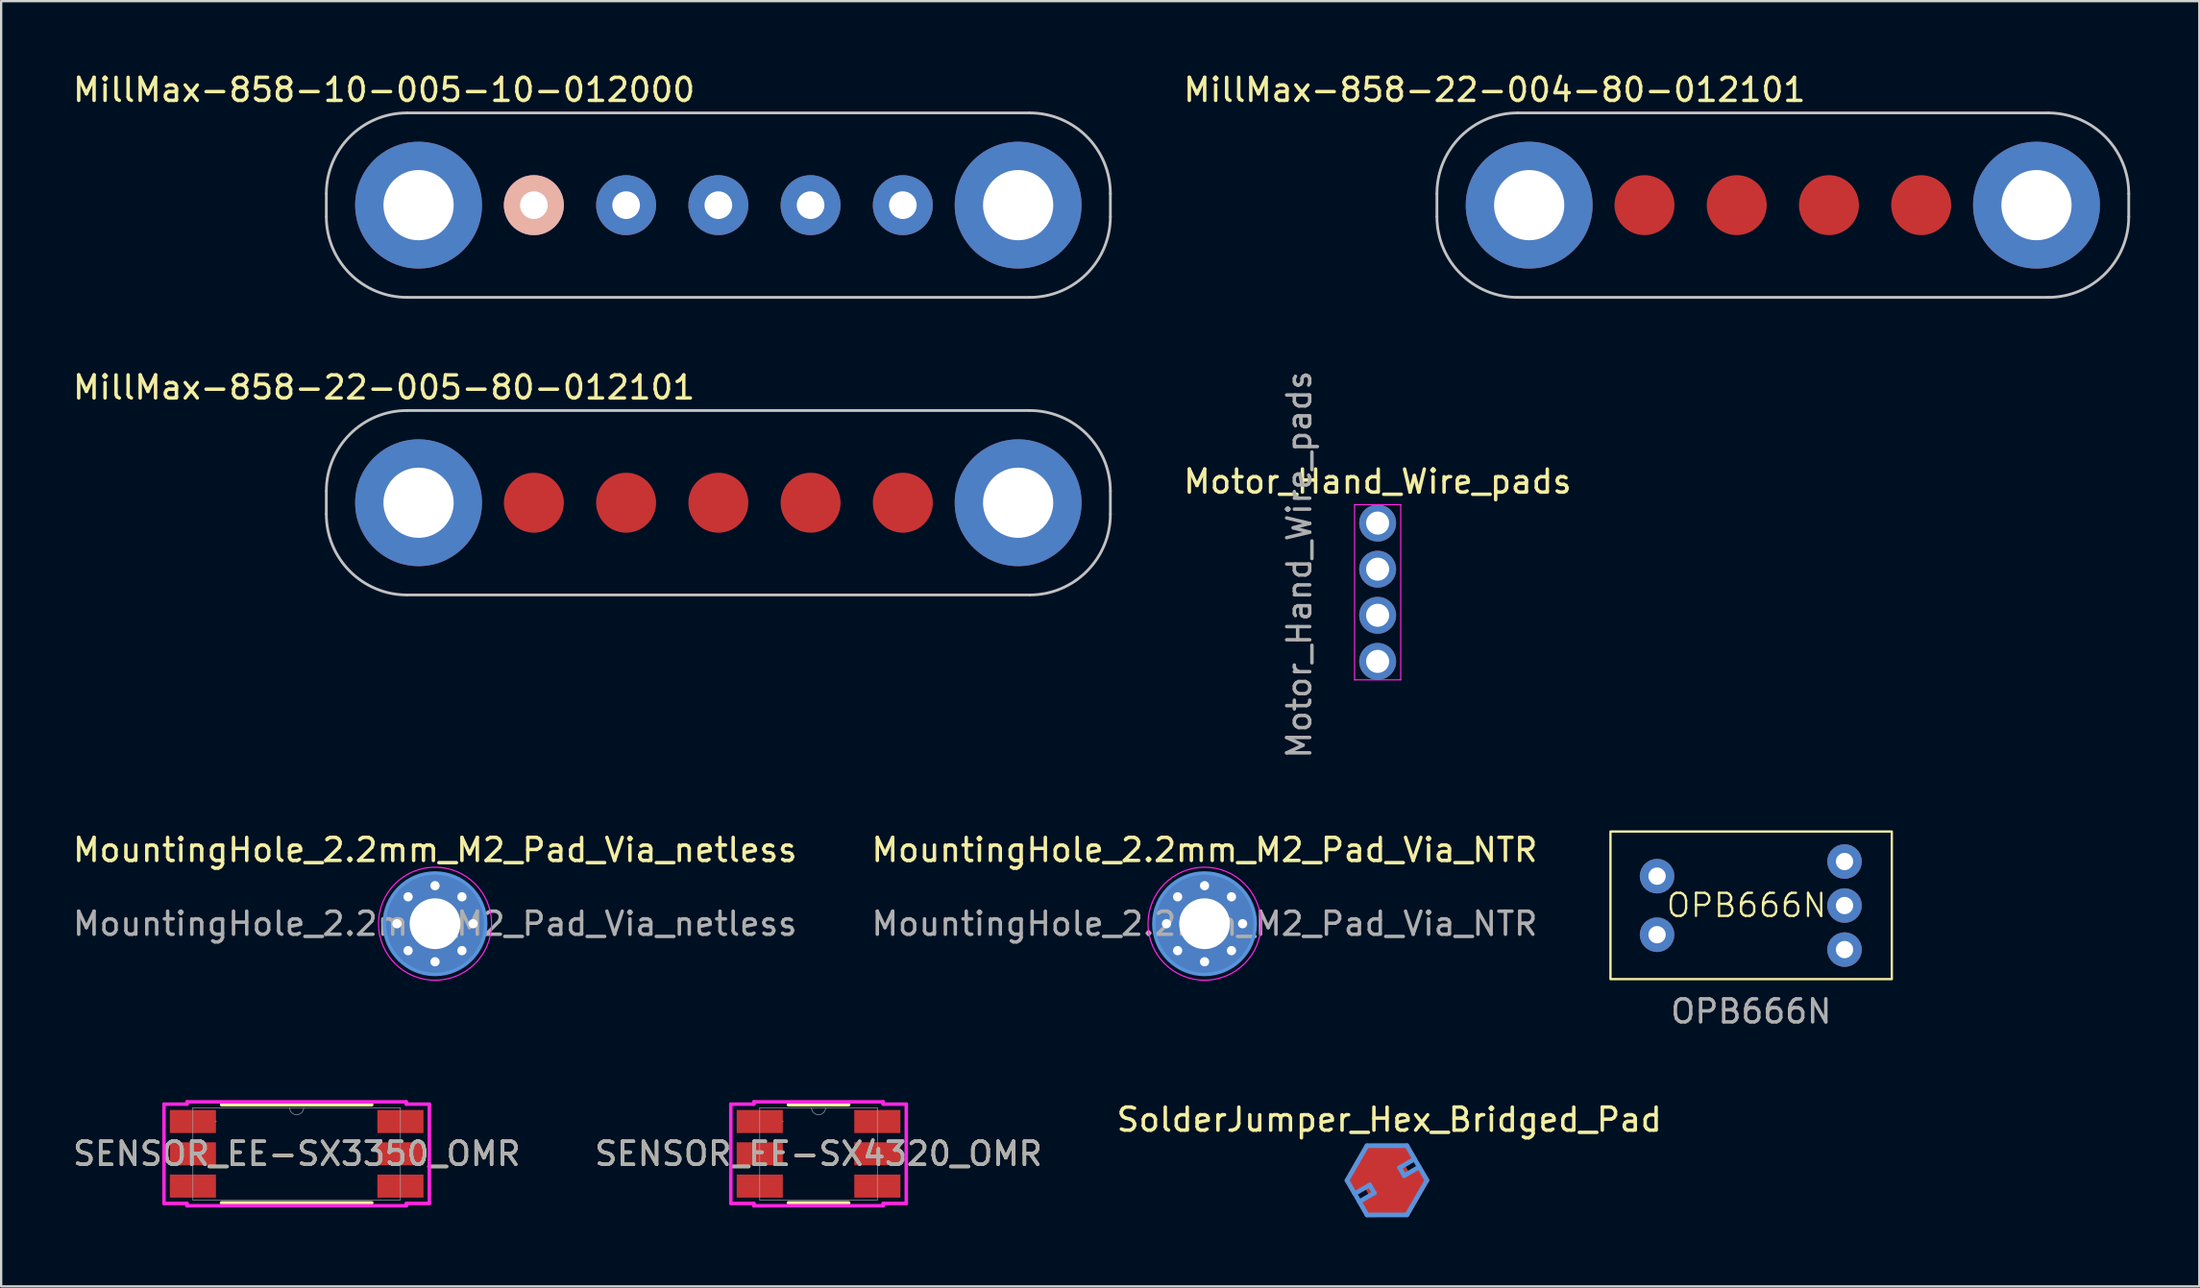
<source format=kicad_pcb>
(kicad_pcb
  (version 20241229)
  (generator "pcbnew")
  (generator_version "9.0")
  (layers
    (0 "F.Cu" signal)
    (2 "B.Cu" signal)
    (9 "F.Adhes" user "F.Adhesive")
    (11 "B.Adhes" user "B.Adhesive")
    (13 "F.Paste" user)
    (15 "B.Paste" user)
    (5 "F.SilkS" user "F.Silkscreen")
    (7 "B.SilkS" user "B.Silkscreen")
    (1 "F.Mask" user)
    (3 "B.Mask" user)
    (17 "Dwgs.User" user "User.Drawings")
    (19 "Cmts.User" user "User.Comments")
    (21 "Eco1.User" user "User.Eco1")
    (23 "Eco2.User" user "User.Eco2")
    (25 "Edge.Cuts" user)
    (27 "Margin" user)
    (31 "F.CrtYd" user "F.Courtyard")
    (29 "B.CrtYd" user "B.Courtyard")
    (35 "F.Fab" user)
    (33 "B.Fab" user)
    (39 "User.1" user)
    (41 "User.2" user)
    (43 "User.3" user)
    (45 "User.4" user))
  (footprint "Motor_Hand_Wire_pads"
    (layer "F.Cu")
    (at 56.691 19.638)
    (property "Reference" "Motor_Hand_Wire_pads" (at 0 -1.8 0) (layer "F.SilkS") (effects (font (size 1 1) (thickness 0.15))))
    (attr through_hole)
    (fp_line (start -1 -0.8) (end -1 6.8) (stroke (width 0.05) (type solid)) (layer "F.CrtYd"))
    (fp_line (start -1 6.8) (end 1 6.8) (stroke (width 0.05) (type solid)) (layer "F.CrtYd"))
    (fp_line (start 1 -0.8) (end -1 -0.8) (stroke (width 0.05) (type solid)) (layer "F.CrtYd"))
    (fp_line (start 1 6.8) (end 1 -0.8) (stroke (width 0.05) (type solid)) (layer "F.CrtYd"))
    (fp_text user "${REFERENCE}" (at -3.4 1.8 90) (layer "F.Fab") (effects (font (size 1 1) (thickness 0.15))))
    (pad "1" thru_hole circle (at 0 0) (size 1.6 1.6) (drill 1) (layers "*.Cu" "*.Mask"))
    (pad "2" thru_hole circle (at 0 2) (size 1.6 1.6) (drill 1) (layers "*.Cu" "*.Mask"))
    (pad "3" thru_hole circle (at 0 4) (size 1.6 1.6) (drill 1) (layers "*.Cu" "*.Mask"))
    (pad "4" thru_hole circle (at 0 6) (size 1.6 1.6) (drill 1) (layers "*.Cu" "*.Mask")))
  (footprint "SENSOR_EE-SX4320_OMR"
    (layer "F.Cu")
    (at 32.446 46.996)
    (property "Reference" "SENSOR_EE-SX4320_OMR" (at 0 0 0) (unlocked yes) (layer "F.SilkS") (effects (font (size 1 1) (thickness 0.15))))
    (attr smd)
    (fp_line (start -1.307 2.127) (end 1.307 2.127) (stroke (width 0.152) (type solid)) (layer "F.SilkS"))
    (fp_line (start 1.307 -2.127) (end -1.307 -2.127) (stroke (width 0.152) (type solid)) (layer "F.SilkS"))
    (fp_line (start -3.804 -2.154) (end -2.804 -2.154) (stroke (width 0.152) (type solid)) (layer "F.CrtYd"))
    (fp_line (start -3.804 2.154) (end -3.804 -2.154) (stroke (width 0.152) (type solid)) (layer "F.CrtYd"))
    (fp_line (start -3.804 2.154) (end -2.804 2.154) (stroke (width 0.152) (type solid)) (layer "F.CrtYd"))
    (fp_line (start -2.804 -2.254) (end 2.804 -2.254) (stroke (width 0.152) (type solid)) (layer "F.CrtYd"))
    (fp_line (start -2.804 -2.154) (end -2.804 -2.254) (stroke (width 0.152) (type solid)) (layer "F.CrtYd"))
    (fp_line (start -2.804 2.254) (end -2.804 2.154) (stroke (width 0.152) (type solid)) (layer "F.CrtYd"))
    (fp_line (start 2.804 -2.254) (end 2.804 -2.154) (stroke (width 0.152) (type solid)) (layer "F.CrtYd"))
    (fp_line (start 2.804 2.154) (end 2.804 2.254) (stroke (width 0.152) (type solid)) (layer "F.CrtYd"))
    (fp_line (start 2.804 2.254) (end -2.804 2.254) (stroke (width 0.152) (type solid)) (layer "F.CrtYd"))
    (fp_line (start 3.804 -2.154) (end 2.804 -2.154) (stroke (width 0.152) (type solid)) (layer "F.CrtYd"))
    (fp_line (start 3.804 -2.154) (end 3.804 2.154) (stroke (width 0.152) (type solid)) (layer "F.CrtYd"))
    (fp_line (start 3.804 2.154) (end 2.804 2.154) (stroke (width 0.152) (type solid)) (layer "F.CrtYd"))
    (fp_line (start -2.55 -2) (end -2.55 2) (stroke (width 0.025) (type solid)) (layer "F.Fab"))
    (fp_line (start -2.55 2) (end 2.55 2) (stroke (width 0.025) (type solid)) (layer "F.Fab"))
    (fp_line (start 2.55 -2) (end -2.55 -2) (stroke (width 0.025) (type solid)) (layer "F.Fab"))
    (fp_line (start 2.55 2) (end 2.55 -2) (stroke (width 0.025) (type solid)) (layer "F.Fab"))
    (fp_arc (start 0.3048 -2) (mid 0 -1.6952) (end -0.3048 -2) (stroke (width 0.0254) (type solid)) (layer "F.Fab"))
    (fp_circle (center -1.55 -1.4) (end -1.55 -1.4) (stroke (width 0.025) (type solid)) (fill no) (layer "F.Fab"))
    (fp_text user "${REFERENCE}" (at 0 0 0) (unlocked yes) (layer "F.Fab") (effects (font (size 1 1) (thickness 0.15))))
    (pad "1" smd rect (at -2.55 -1.4) (size 2 1) (layers "F.Cu" "F.Mask" "F.Paste"))
    (pad "2" smd rect (at -2.55 0) (size 2 1) (layers "F.Cu" "F.Mask" "F.Paste"))
    (pad "3" smd rect (at -2.55 1.4) (size 2 1) (layers "F.Cu" "F.Mask" "F.Paste"))
    (pad "4" smd rect (at 2.55 1.4) (size 2 1) (layers "F.Cu" "F.Mask" "F.Paste"))
    (pad "5" smd rect (at 2.55 0) (size 2 1) (layers "F.Cu" "F.Mask" "F.Paste"))
    (pad "6" smd rect (at 2.55 -1.4) (size 2 1) (layers "F.Cu" "F.Mask" "F.Paste")))
  (footprint "MillMax-858-10-005-10-012000"
    (layer "F.Cu")
    (at 28.101 5.848)
    (property "Reference" "MillMax-858-10-005-10-012000" (at -14.5 -5 0) (layer "F.SilkS") (effects (font (size 1 1) (thickness 0.15))))
    (attr through_hole)
    (fp_line (start -17 0.5) (end -17 -0.5) (stroke (width 0.12) (type solid)) (layer "Dwgs.User"))
    (fp_line (start 13.5 -4) (end -13.5 -4) (stroke (width 0.12) (type solid)) (layer "Dwgs.User"))
    (fp_line (start 13.5 4) (end -13.5 4) (stroke (width 0.12) (type solid)) (layer "Dwgs.User"))
    (fp_line (start 17 -0.5) (end 17 0.5) (stroke (width 0.12) (type solid)) (layer "Dwgs.User"))
    (fp_arc (start -17 -0.5) (mid -15.974874 -2.974874) (end -13.5 -4) (stroke (width 0.12) (type solid)) (layer "Dwgs.User"))
    (fp_arc (start -13.5 4) (mid -15.974874 2.974874) (end -17 0.5) (stroke (width 0.12) (type solid)) (layer "Dwgs.User"))
    (fp_arc (start 13.5 -4) (mid 15.974874 -2.974874) (end 17 -0.5) (stroke (width 0.12) (type solid)) (layer "Dwgs.User"))
    (fp_arc (start 17 0.5) (mid 15.974874 2.974874) (end 13.5 4) (stroke (width 0.12) (type solid)) (layer "Dwgs.User"))
    (pad "1" thru_hole circle (at -8 0) (size 2.6 2.6) (drill 1.2) (layers "*.Cu" "*.Mask" "B.SilkS"))
    (pad "2" thru_hole circle (at -4 0) (size 2.6 2.6) (drill 1.2) (layers "*.Cu" "*.Mask"))
    (pad "3" thru_hole circle (at 0 0) (size 2.6 2.6) (drill 1.2) (layers "*.Cu" "*.Mask"))
    (pad "4" thru_hole circle (at 4 0) (size 2.6 2.6) (drill 1.2) (layers "*.Cu" "*.Mask"))
    (pad "5" thru_hole circle (at 8 0) (size 2.6 2.6) (drill 1.2) (layers "*.Cu" "*.Mask"))
    (pad "M1" thru_hole circle (at -13 0) (size 5.5 5.5) (drill 3.045) (layers "*.Cu" "*.Mask"))
    (pad "M2" thru_hole circle (at 13 0) (size 5.5 5.5) (drill 3.045) (layers "*.Cu" "*.Mask")))
  (footprint "MillMax-858-22-004-80-012101"
    (layer "F.Cu")
    (at 74.262 5.848)
    (property "Reference" "MillMax-858-22-004-80-012101" (at -12.5 -5 0) (layer "F.SilkS") (effects (font (size 1 1) (thickness 0.15))))
    (attr through_hole)
    (fp_line (start -15 0.5) (end -15 -0.5) (stroke (width 0.12) (type solid)) (layer "Dwgs.User"))
    (fp_line (start 11.5 -4) (end -11.5 -4) (stroke (width 0.12) (type solid)) (layer "Dwgs.User"))
    (fp_line (start 11.5 4) (end -11.5 4) (stroke (width 0.12) (type solid)) (layer "Dwgs.User"))
    (fp_line (start 15 -0.5) (end 15 0.5) (stroke (width 0.12) (type solid)) (layer "Dwgs.User"))
    (fp_arc (start -15 -0.5) (mid -13.974874 -2.974874) (end -11.5 -4) (stroke (width 0.12) (type solid)) (layer "Dwgs.User"))
    (fp_arc (start -11.5 4) (mid -13.974874 2.974874) (end -15 0.5) (stroke (width 0.12) (type solid)) (layer "Dwgs.User"))
    (fp_arc (start 11.5 -4) (mid 13.974874 -2.974874) (end 15 -0.5) (stroke (width 0.12) (type solid)) (layer "Dwgs.User"))
    (fp_arc (start 15 0.5) (mid 13.974874 2.974874) (end 11.5 4) (stroke (width 0.12) (type solid)) (layer "Dwgs.User"))
    (pad "1" connect circle (at -6 0) (size 2.6 2.6) (layers "F.Cu" "F.Mask"))
    (pad "2" connect circle (at -2 0) (size 2.6 2.6) (layers "F.Cu" "F.Mask"))
    (pad "3" connect circle (at 2 0) (size 2.6 2.6) (layers "F.Cu" "F.Mask"))
    (pad "4" connect circle (at 6 0) (size 2.6 2.6) (layers "F.Cu" "F.Mask"))
    (pad "M1" thru_hole circle (at -11 0) (size 5.5 5.5) (drill 3.045) (layers "*.Cu" "*.Mask"))
    (pad "M2" thru_hole circle (at 11 0) (size 5.5 5.5) (drill 3.045) (layers "*.Cu" "*.Mask")))
  (footprint "OPB666N"
    (layer "F.Cu")
    (at 72.888 36.218)
    (property "Reference" "OPB666N" (at -0.2 0 0) (unlocked yes) (layer "F.SilkS") (effects (font (size 1 1) (thickness 0.1))))
    (attr smd)
    (fp_rect (start -6.1 -3.2) (end 6.1 3.2) (stroke (width 0.1) (type default)) (fill no) (layer "F.SilkS"))
    (fp_text user "${REFERENCE}" (at 0 4.6 0) (unlocked yes) (layer "F.Fab") (effects (font (size 1 1) (thickness 0.15))))
    (pad "1" thru_hole roundrect (at -4.08 1.275) (size 1.5 1.5) (drill 0.75) (layers "*.Cu" "*.Mask") (roundrect_rratio 0.5))
    (pad "2" thru_hole roundrect (at -4.08 -1.265) (size 1.5 1.5) (drill 0.75) (layers "*.Cu" "*.Mask") (roundrect_rratio 0.5))
    (pad "3" thru_hole roundrect (at 4.05 -1.9) (size 1.5 1.5) (drill 0.75) (layers "*.Cu" "*.Mask") (roundrect_rratio 0.5))
    (pad "4" thru_hole roundrect (at 4.05 0.01) (size 1.5 1.5) (drill 0.75) (layers "*.Cu" "*.Mask") (roundrect_rratio 0.5))
    (pad "5" thru_hole roundrect (at 4.05 1.92) (size 1.5 1.5) (drill 0.75) (layers "*.Cu" "*.Mask" "Eco2.User") (roundrect_rratio 0.5)))
  (footprint "MountingHole_2.2mm_M2_Pad_Via_netless"
    (layer "F.Cu")
    (at 15.815 37.016)
    (property "Reference" "MountingHole_2.2mm_M2_Pad_Via_netless" (at 0 -3.2 0) (layer "F.SilkS") (effects (font (size 1 1) (thickness 0.15))))
    (attr exclude_from_pos_files exclude_from_bom)
    (fp_circle (center 0 0) (end 2.2 0) (stroke (width 0.15) (type solid)) (fill no) (layer "Cmts.User"))
    (fp_circle (center 0 0) (end 2.45 0) (stroke (width 0.05) (type solid)) (fill no) (layer "F.CrtYd"))
    (fp_text user "${REFERENCE}" (at 0 0 0) (layer "F.Fab") (effects (font (size 1 1) (thickness 0.15))))
    (pad "" thru_hole circle (at -1.65 0) (size 0.7 0.7) (drill 0.4) (layers "*.Cu" "*.Mask"))
    (pad "" thru_hole circle (at -1.167 -1.167) (size 0.7 0.7) (drill 0.4) (layers "*.Cu" "*.Mask"))
    (pad "" thru_hole circle (at -1.167 1.167) (size 0.7 0.7) (drill 0.4) (layers "*.Cu" "*.Mask"))
    (pad "" thru_hole circle (at 0 -1.65) (size 0.7 0.7) (drill 0.4) (layers "*.Cu" "*.Mask"))
    (pad "" thru_hole circle (at 0 1.65) (size 0.7 0.7) (drill 0.4) (layers "*.Cu" "*.Mask"))
    (pad "" thru_hole circle (at 1.167 -1.167) (size 0.7 0.7) (drill 0.4) (layers "*.Cu" "*.Mask"))
    (pad "" thru_hole circle (at 1.167 1.167) (size 0.7 0.7) (drill 0.4) (layers "*.Cu" "*.Mask"))
    (pad "" thru_hole circle (at 1.65 0) (size 0.7 0.7) (drill 0.4) (layers "*.Cu" "*.Mask"))
    (pad "1" thru_hole circle (at 0 0) (size 4.4 4.4) (drill 2.2) (layers "*.Cu" "*.Mask")))
  (footprint "MillMax-858-22-005-80-012101"
    (layer "F.Cu")
    (at 28.101 18.756)
    (property "Reference" "MillMax-858-22-005-80-012101" (at -14.5 -5 0) (layer "F.SilkS") (effects (font (size 1 1) (thickness 0.15))))
    (attr through_hole)
    (fp_line (start -17 0.5) (end -17 -0.5) (stroke (width 0.12) (type solid)) (layer "Dwgs.User"))
    (fp_line (start 13.5 -4) (end -13.5 -4) (stroke (width 0.12) (type solid)) (layer "Dwgs.User"))
    (fp_line (start 13.5 4) (end -13.5 4) (stroke (width 0.12) (type solid)) (layer "Dwgs.User"))
    (fp_line (start 17 -0.5) (end 17 0.5) (stroke (width 0.12) (type solid)) (layer "Dwgs.User"))
    (fp_arc (start -17 -0.5) (mid -15.974874 -2.974874) (end -13.5 -4) (stroke (width 0.12) (type solid)) (layer "Dwgs.User"))
    (fp_arc (start -13.5 4) (mid -15.974874 2.974874) (end -17 0.5) (stroke (width 0.12) (type solid)) (layer "Dwgs.User"))
    (fp_arc (start 13.5 -4) (mid 15.974874 -2.974874) (end 17 -0.5) (stroke (width 0.12) (type solid)) (layer "Dwgs.User"))
    (fp_arc (start 17 0.5) (mid 15.974874 2.974874) (end 13.5 4) (stroke (width 0.12) (type solid)) (layer "Dwgs.User"))
    (pad "1" connect circle (at -8 0) (size 2.6 2.6) (layers "F.Cu" "F.Mask"))
    (pad "2" connect circle (at -4 0) (size 2.6 2.6) (layers "F.Cu" "F.Mask"))
    (pad "3" connect circle (at 0 0) (size 2.6 2.6) (layers "F.Cu" "F.Mask"))
    (pad "4" connect circle (at 4 0) (size 2.6 2.6) (layers "F.Cu" "F.Mask"))
    (pad "5" connect circle (at 8 0) (size 2.6 2.6) (layers "F.Cu" "F.Mask"))
    (pad "M1" thru_hole circle (at -13 0) (size 5.5 5.5) (drill 3.045) (layers "*.Cu" "*.Mask"))
    (pad "M2" thru_hole circle (at 13 0) (size 5.5 5.5) (drill 3.045) (layers "*.Cu" "*.Mask")))
  (footprint "SolderJumper_Hex_Bridged_Pad"
    (layer "F.Cu")
    (at 57.049 48.143)
    (property "Reference" "SolderJumper_Hex_Bridged_Pad" (at 0.147 -2.629 0) (layer "F.SilkS") (effects (font (size 1 1) (thickness 0.15))))
    (attr exclude_from_pos_files exclude_from_bom)
    (fp_line (start -1.686 0.006) (end -0.822 -1.496) (stroke (width 0.2) (type solid)) (layer "Cmts.User"))
    (fp_line (start -1.352 0.582) (end -0.703 0.206) (stroke (width 0.2) (type solid)) (layer "Cmts.User"))
    (fp_line (start -0.822 -1.496) (end 0.91 -1.499) (stroke (width 0.2) (type solid)) (layer "Cmts.User"))
    (fp_line (start -0.818 1.504) (end -1.686 0.006) (stroke (width 0.2) (type solid)) (layer "Cmts.User"))
    (fp_line (start -0.503 0.552) (end -1.152 0.928) (stroke (width 0.2) (type solid)) (layer "Cmts.User"))
    (fp_line (start -0.503 0.552) (end -0.703 0.206) (stroke (width 0.2) (type solid)) (layer "Cmts.User"))
    (fp_line (start 0.595 -0.546) (end 1.244 -0.922) (stroke (width 0.2) (type solid)) (layer "Cmts.User"))
    (fp_line (start 0.795 -0.2) (end 0.595 -0.546) (stroke (width 0.2) (type solid)) (layer "Cmts.User"))
    (fp_line (start 0.795 -0.2) (end 1.444 -0.576) (stroke (width 0.2) (type solid)) (layer "Cmts.User"))
    (fp_line (start 0.91 -1.499) (end 1.778 0) (stroke (width 0.2) (type solid)) (layer "Cmts.User"))
    (fp_line (start 0.914 1.501) (end -0.818 1.504) (stroke (width 0.2) (type solid)) (layer "Cmts.User"))
    (fp_line (start 1.778 0) (end 0.914 1.501) (stroke (width 0.2) (type solid)) (layer "Cmts.User"))
    (pad "" smd rect (at 0.046 -0.002 30) (size 2 0.5) (layers "F.Cu" "F.Mask"))
    (pad "1" smd custom (at -0.4 -0.8) (size 1.524 1.524) (layers "F.Cu" "F.Mask") (options (anchor circle)) (primitives (gr_poly (pts (xy -1.283 0.806) (xy -0.421 -0.693) (xy 1.307 -0.695) (xy 1.611 -0.169) (xy -0.977 1.333)) (width 0.2) (fill yes))))
    (pad "2" smd custom (at 0.5 0.8) (size 1.524 1.524) (layers "F.Cu" "F.Mask") (options (anchor circle)) (primitives (gr_poly (pts (xy 1.274 -0.8) (xy 0.412 0.699) (xy -1.316 0.701) (xy -1.619 0.174) (xy 0.969 -1.328)) (width 0.2) (fill yes)))))
  (footprint "SENSOR_EE-SX3350_OMR"
    (layer "F.Cu")
    (at 9.815 46.996)
    (property "Reference" "SENSOR_EE-SX3350_OMR" (at 0 0 0) (unlocked yes) (layer "F.SilkS") (effects (font (size 1 1) (thickness 0.15))))
    (attr smd)
    (fp_line (start -3.257 2.127) (end 3.257 2.127) (stroke (width 0.152) (type solid)) (layer "F.SilkS"))
    (fp_line (start 3.257 -2.127) (end -3.257 -2.127) (stroke (width 0.152) (type solid)) (layer "F.SilkS"))
    (fp_line (start -5.754 -2.154) (end -4.754 -2.154) (stroke (width 0.152) (type solid)) (layer "F.CrtYd"))
    (fp_line (start -5.754 2.154) (end -5.754 -2.154) (stroke (width 0.152) (type solid)) (layer "F.CrtYd"))
    (fp_line (start -5.754 2.154) (end -4.754 2.154) (stroke (width 0.152) (type solid)) (layer "F.CrtYd"))
    (fp_line (start -4.754 -2.254) (end 4.754 -2.254) (stroke (width 0.152) (type solid)) (layer "F.CrtYd"))
    (fp_line (start -4.754 -2.154) (end -4.754 -2.254) (stroke (width 0.152) (type solid)) (layer "F.CrtYd"))
    (fp_line (start -4.754 2.254) (end -4.754 2.154) (stroke (width 0.152) (type solid)) (layer "F.CrtYd"))
    (fp_line (start 4.754 -2.254) (end 4.754 -2.154) (stroke (width 0.152) (type solid)) (layer "F.CrtYd"))
    (fp_line (start 4.754 2.154) (end 4.754 2.254) (stroke (width 0.152) (type solid)) (layer "F.CrtYd"))
    (fp_line (start 4.754 2.254) (end -4.754 2.254) (stroke (width 0.152) (type solid)) (layer "F.CrtYd"))
    (fp_line (start 5.754 -2.154) (end 4.754 -2.154) (stroke (width 0.152) (type solid)) (layer "F.CrtYd"))
    (fp_line (start 5.754 -2.154) (end 5.754 2.154) (stroke (width 0.152) (type solid)) (layer "F.CrtYd"))
    (fp_line (start 5.754 2.154) (end 4.754 2.154) (stroke (width 0.152) (type solid)) (layer "F.CrtYd"))
    (fp_line (start -4.5 -2) (end -4.5 2) (stroke (width 0.025) (type solid)) (layer "F.Fab"))
    (fp_line (start -4.5 2) (end 4.5 2) (stroke (width 0.025) (type solid)) (layer "F.Fab"))
    (fp_line (start 4.5 -2) (end -4.5 -2) (stroke (width 0.025) (type solid)) (layer "F.Fab"))
    (fp_line (start 4.5 2) (end 4.5 -2) (stroke (width 0.025) (type solid)) (layer "F.Fab"))
    (fp_arc (start 0.3048 -2) (mid 0 -1.6952) (end -0.3048 -2) (stroke (width 0.0254) (type solid)) (layer "F.Fab"))
    (fp_circle (center -3.5 -1.4) (end -3.5 -1.4) (stroke (width 0.025) (type solid)) (fill no) (layer "F.Fab"))
    (fp_text user "${REFERENCE}" (at 0 0 0) (unlocked yes) (layer "F.Fab") (effects (font (size 1 1) (thickness 0.15))))
    (pad "1" smd rect (at -4.5 -1.4) (size 2 1) (layers "F.Cu" "F.Mask" "F.Paste"))
    (pad "2" smd rect (at -4.5 0) (size 2 1) (layers "F.Cu" "F.Mask" "F.Paste"))
    (pad "3" smd rect (at -4.5 1.4) (size 2 1) (layers "F.Cu" "F.Mask" "F.Paste"))
    (pad "4" smd rect (at 4.5 1.4) (size 2 1) (layers "F.Cu" "F.Mask" "F.Paste"))
    (pad "5" smd rect (at 4.5 0) (size 2 1) (layers "F.Cu" "F.Mask" "F.Paste"))
    (pad "6" smd rect (at 4.5 -1.4) (size 2 1) (layers "F.Cu" "F.Mask" "F.Paste")))
  (footprint "MountingHole_2.2mm_M2_Pad_Via_NTR"
    (layer "F.Cu")
    (at 49.185 37.016)
    (property "Reference" "MountingHole_2.2mm_M2_Pad_Via_NTR" (at 0 -3.2 0) (layer "F.SilkS") (effects (font (size 1 1) (thickness 0.15))))
    (attr exclude_from_pos_files exclude_from_bom)
    (fp_circle (center 0 0) (end 2.2 0) (stroke (width 0.15) (type solid)) (fill no) (layer "Cmts.User"))
    (fp_circle (center 0 0) (end 2.45 0) (stroke (width 0.05) (type solid)) (fill no) (layer "F.CrtYd"))
    (fp_text user "${REFERENCE}" (at 0 0 0) (layer "F.Fab") (effects (font (size 1 1) (thickness 0.15))))
    (pad "1" thru_hole circle (at -1.65 0) (size 0.8 0.8) (drill 0.4) (layers "*.Cu" "*.Mask"))
    (pad "1" thru_hole circle (at -1.167 -1.167) (size 0.8 0.8) (drill 0.4) (layers "*.Cu" "*.Mask"))
    (pad "1" thru_hole circle (at -1.167 1.167) (size 0.8 0.8) (drill 0.4) (layers "*.Cu" "*.Mask"))
    (pad "1" thru_hole circle (at 0 -1.65) (size 0.8 0.8) (drill 0.4) (layers "*.Cu" "*.Mask"))
    (pad "1" thru_hole circle (at 0 0) (size 4.4 4.4) (drill 2.2) (layers "*.Cu" "*.Mask"))
    (pad "1" thru_hole circle (at 0 1.65) (size 0.8 0.8) (drill 0.4) (layers "*.Cu" "*.Mask"))
    (pad "1" thru_hole circle (at 1.167 -1.167) (size 0.8 0.8) (drill 0.4) (layers "*.Cu" "*.Mask"))
    (pad "1" thru_hole circle (at 1.167 1.167) (size 0.8 0.8) (drill 0.4) (layers "*.Cu" "*.Mask"))
    (pad "1" thru_hole circle (at 1.65 0) (size 0.8 0.8) (drill 0.4) (layers "*.Cu" "*.Mask")))
  (gr_rect
    (start -3 -3)
    (end 92.322 52.747)
    (stroke (width 0.1) (type default))
    (fill no)
    (layer "Edge.Cuts")))
</source>
